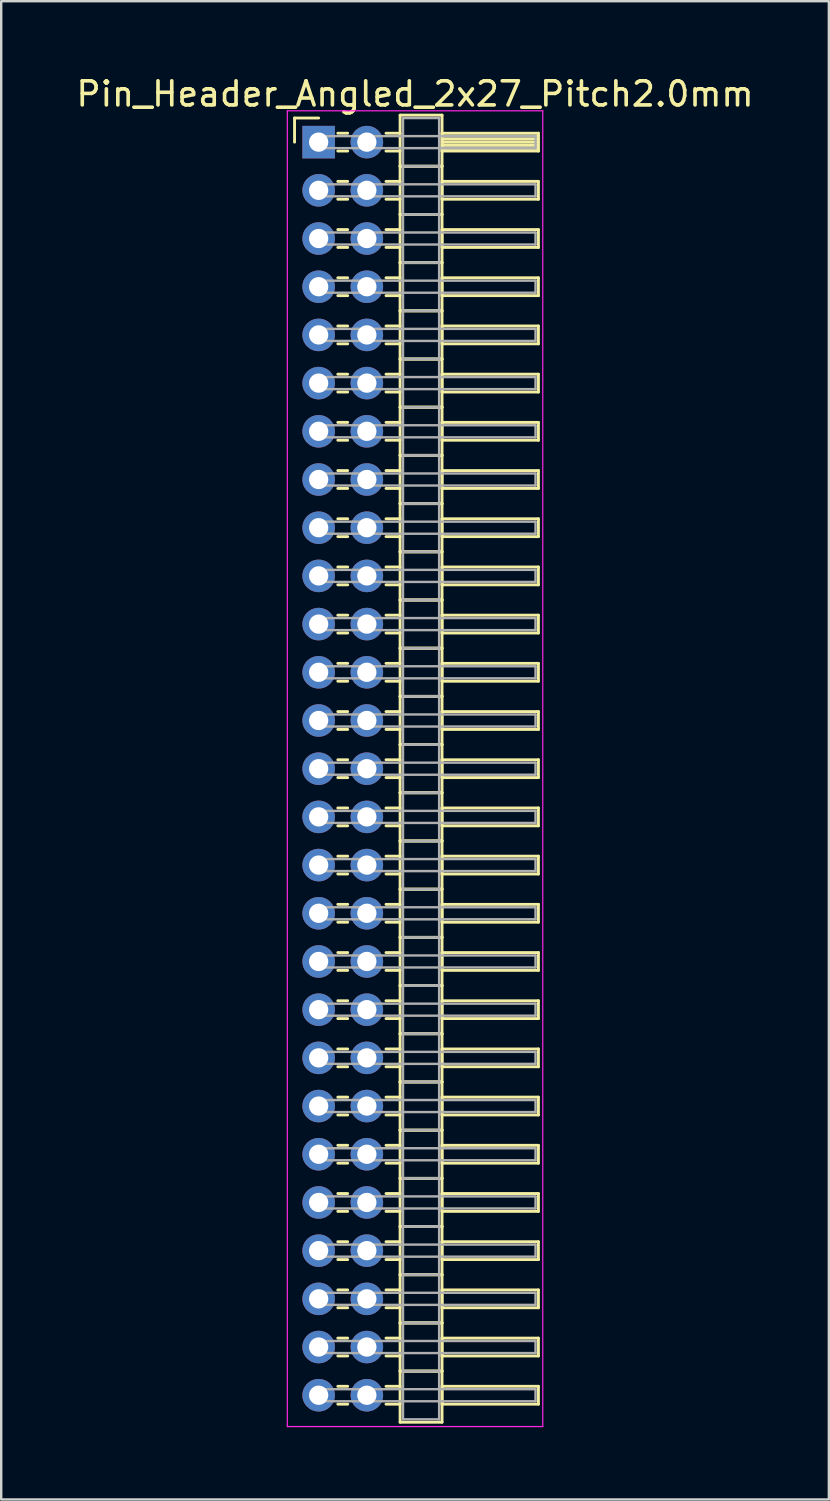
<source format=kicad_pcb>
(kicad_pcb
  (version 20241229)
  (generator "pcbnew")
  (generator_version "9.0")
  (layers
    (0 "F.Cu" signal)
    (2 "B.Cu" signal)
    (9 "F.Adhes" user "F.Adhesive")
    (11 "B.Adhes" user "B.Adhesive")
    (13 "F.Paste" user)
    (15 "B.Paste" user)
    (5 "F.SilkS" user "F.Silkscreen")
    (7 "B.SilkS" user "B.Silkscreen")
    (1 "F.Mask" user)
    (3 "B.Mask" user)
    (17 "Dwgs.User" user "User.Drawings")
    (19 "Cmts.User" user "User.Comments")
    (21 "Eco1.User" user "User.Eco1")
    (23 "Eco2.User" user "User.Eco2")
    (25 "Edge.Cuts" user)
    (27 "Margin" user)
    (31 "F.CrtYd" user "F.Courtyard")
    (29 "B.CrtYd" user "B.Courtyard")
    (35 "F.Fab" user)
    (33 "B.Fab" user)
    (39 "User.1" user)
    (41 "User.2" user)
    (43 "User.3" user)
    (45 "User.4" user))
  (footprint "Pin_Header_Angled_2x27_Pitch2.0mm"
    (layer "F.Cu")
    (at 10.173 2.848)
    (property "Reference" "Pin_Header_Angled_2x27_Pitch2.0mm" (at 4 -2 0) (layer "F.SilkS") (effects (font (size 1 1) (thickness 0.15))))
    (attr through_hole)
    (fp_line (start -1 -1) (end 0 -1) (stroke (width 0.12) (type solid)) (layer "F.SilkS"))
    (fp_line (start -1 0) (end -1 -1) (stroke (width 0.12) (type solid)) (layer "F.SilkS"))
    (fp_line (start 0.795 -0.37) (end 1.205 -0.37) (stroke (width 0.12) (type solid)) (layer "F.SilkS"))
    (fp_line (start 0.795 0.37) (end 1.205 0.37) (stroke (width 0.12) (type solid)) (layer "F.SilkS"))
    (fp_line (start 0.795 1.63) (end 1.205 1.63) (stroke (width 0.12) (type solid)) (layer "F.SilkS"))
    (fp_line (start 0.795 2.37) (end 1.205 2.37) (stroke (width 0.12) (type solid)) (layer "F.SilkS"))
    (fp_line (start 0.795 3.63) (end 1.205 3.63) (stroke (width 0.12) (type solid)) (layer "F.SilkS"))
    (fp_line (start 0.795 4.37) (end 1.205 4.37) (stroke (width 0.12) (type solid)) (layer "F.SilkS"))
    (fp_line (start 0.795 5.63) (end 1.205 5.63) (stroke (width 0.12) (type solid)) (layer "F.SilkS"))
    (fp_line (start 0.795 6.37) (end 1.205 6.37) (stroke (width 0.12) (type solid)) (layer "F.SilkS"))
    (fp_line (start 0.795 7.63) (end 1.205 7.63) (stroke (width 0.12) (type solid)) (layer "F.SilkS"))
    (fp_line (start 0.795 8.37) (end 1.205 8.37) (stroke (width 0.12) (type solid)) (layer "F.SilkS"))
    (fp_line (start 0.795 9.63) (end 1.205 9.63) (stroke (width 0.12) (type solid)) (layer "F.SilkS"))
    (fp_line (start 0.795 10.37) (end 1.205 10.37) (stroke (width 0.12) (type solid)) (layer "F.SilkS"))
    (fp_line (start 0.795 11.63) (end 1.205 11.63) (stroke (width 0.12) (type solid)) (layer "F.SilkS"))
    (fp_line (start 0.795 12.37) (end 1.205 12.37) (stroke (width 0.12) (type solid)) (layer "F.SilkS"))
    (fp_line (start 0.795 13.63) (end 1.205 13.63) (stroke (width 0.12) (type solid)) (layer "F.SilkS"))
    (fp_line (start 0.795 14.37) (end 1.205 14.37) (stroke (width 0.12) (type solid)) (layer "F.SilkS"))
    (fp_line (start 0.795 15.63) (end 1.205 15.63) (stroke (width 0.12) (type solid)) (layer "F.SilkS"))
    (fp_line (start 0.795 16.37) (end 1.205 16.37) (stroke (width 0.12) (type solid)) (layer "F.SilkS"))
    (fp_line (start 0.795 17.63) (end 1.205 17.63) (stroke (width 0.12) (type solid)) (layer "F.SilkS"))
    (fp_line (start 0.795 18.37) (end 1.205 18.37) (stroke (width 0.12) (type solid)) (layer "F.SilkS"))
    (fp_line (start 0.795 19.63) (end 1.205 19.63) (stroke (width 0.12) (type solid)) (layer "F.SilkS"))
    (fp_line (start 0.795 20.37) (end 1.205 20.37) (stroke (width 0.12) (type solid)) (layer "F.SilkS"))
    (fp_line (start 0.795 21.63) (end 1.205 21.63) (stroke (width 0.12) (type solid)) (layer "F.SilkS"))
    (fp_line (start 0.795 22.37) (end 1.205 22.37) (stroke (width 0.12) (type solid)) (layer "F.SilkS"))
    (fp_line (start 0.795 23.63) (end 1.205 23.63) (stroke (width 0.12) (type solid)) (layer "F.SilkS"))
    (fp_line (start 0.795 24.37) (end 1.205 24.37) (stroke (width 0.12) (type solid)) (layer "F.SilkS"))
    (fp_line (start 0.795 25.63) (end 1.205 25.63) (stroke (width 0.12) (type solid)) (layer "F.SilkS"))
    (fp_line (start 0.795 26.37) (end 1.205 26.37) (stroke (width 0.12) (type solid)) (layer "F.SilkS"))
    (fp_line (start 0.795 27.63) (end 1.205 27.63) (stroke (width 0.12) (type solid)) (layer "F.SilkS"))
    (fp_line (start 0.795 28.37) (end 1.205 28.37) (stroke (width 0.12) (type solid)) (layer "F.SilkS"))
    (fp_line (start 0.795 29.63) (end 1.205 29.63) (stroke (width 0.12) (type solid)) (layer "F.SilkS"))
    (fp_line (start 0.795 30.37) (end 1.205 30.37) (stroke (width 0.12) (type solid)) (layer "F.SilkS"))
    (fp_line (start 0.795 31.63) (end 1.205 31.63) (stroke (width 0.12) (type solid)) (layer "F.SilkS"))
    (fp_line (start 0.795 32.37) (end 1.205 32.37) (stroke (width 0.12) (type solid)) (layer "F.SilkS"))
    (fp_line (start 0.795 33.63) (end 1.205 33.63) (stroke (width 0.12) (type solid)) (layer "F.SilkS"))
    (fp_line (start 0.795 34.37) (end 1.205 34.37) (stroke (width 0.12) (type solid)) (layer "F.SilkS"))
    (fp_line (start 0.795 35.63) (end 1.205 35.63) (stroke (width 0.12) (type solid)) (layer "F.SilkS"))
    (fp_line (start 0.795 36.37) (end 1.205 36.37) (stroke (width 0.12) (type solid)) (layer "F.SilkS"))
    (fp_line (start 0.795 37.63) (end 1.205 37.63) (stroke (width 0.12) (type solid)) (layer "F.SilkS"))
    (fp_line (start 0.795 38.37) (end 1.205 38.37) (stroke (width 0.12) (type solid)) (layer "F.SilkS"))
    (fp_line (start 0.795 39.63) (end 1.205 39.63) (stroke (width 0.12) (type solid)) (layer "F.SilkS"))
    (fp_line (start 0.795 40.37) (end 1.205 40.37) (stroke (width 0.12) (type solid)) (layer "F.SilkS"))
    (fp_line (start 0.795 41.63) (end 1.205 41.63) (stroke (width 0.12) (type solid)) (layer "F.SilkS"))
    (fp_line (start 0.795 42.37) (end 1.205 42.37) (stroke (width 0.12) (type solid)) (layer "F.SilkS"))
    (fp_line (start 0.795 43.63) (end 1.205 43.63) (stroke (width 0.12) (type solid)) (layer "F.SilkS"))
    (fp_line (start 0.795 44.37) (end 1.205 44.37) (stroke (width 0.12) (type solid)) (layer "F.SilkS"))
    (fp_line (start 0.795 45.63) (end 1.205 45.63) (stroke (width 0.12) (type solid)) (layer "F.SilkS"))
    (fp_line (start 0.795 46.37) (end 1.205 46.37) (stroke (width 0.12) (type solid)) (layer "F.SilkS"))
    (fp_line (start 0.795 47.63) (end 1.205 47.63) (stroke (width 0.12) (type solid)) (layer "F.SilkS"))
    (fp_line (start 0.795 48.37) (end 1.205 48.37) (stroke (width 0.12) (type solid)) (layer "F.SilkS"))
    (fp_line (start 0.795 49.63) (end 1.205 49.63) (stroke (width 0.12) (type solid)) (layer "F.SilkS"))
    (fp_line (start 0.795 50.37) (end 1.205 50.37) (stroke (width 0.12) (type solid)) (layer "F.SilkS"))
    (fp_line (start 0.795 51.63) (end 1.205 51.63) (stroke (width 0.12) (type solid)) (layer "F.SilkS"))
    (fp_line (start 0.795 52.37) (end 1.205 52.37) (stroke (width 0.12) (type solid)) (layer "F.SilkS"))
    (fp_line (start 2.795 -0.37) (end 3.38 -0.37) (stroke (width 0.12) (type solid)) (layer "F.SilkS"))
    (fp_line (start 2.795 0.37) (end 3.38 0.37) (stroke (width 0.12) (type solid)) (layer "F.SilkS"))
    (fp_line (start 2.795 1.63) (end 3.38 1.63) (stroke (width 0.12) (type solid)) (layer "F.SilkS"))
    (fp_line (start 2.795 2.37) (end 3.38 2.37) (stroke (width 0.12) (type solid)) (layer "F.SilkS"))
    (fp_line (start 2.795 3.63) (end 3.38 3.63) (stroke (width 0.12) (type solid)) (layer "F.SilkS"))
    (fp_line (start 2.795 4.37) (end 3.38 4.37) (stroke (width 0.12) (type solid)) (layer "F.SilkS"))
    (fp_line (start 2.795 5.63) (end 3.38 5.63) (stroke (width 0.12) (type solid)) (layer "F.SilkS"))
    (fp_line (start 2.795 6.37) (end 3.38 6.37) (stroke (width 0.12) (type solid)) (layer "F.SilkS"))
    (fp_line (start 2.795 7.63) (end 3.38 7.63) (stroke (width 0.12) (type solid)) (layer "F.SilkS"))
    (fp_line (start 2.795 8.37) (end 3.38 8.37) (stroke (width 0.12) (type solid)) (layer "F.SilkS"))
    (fp_line (start 2.795 9.63) (end 3.38 9.63) (stroke (width 0.12) (type solid)) (layer "F.SilkS"))
    (fp_line (start 2.795 10.37) (end 3.38 10.37) (stroke (width 0.12) (type solid)) (layer "F.SilkS"))
    (fp_line (start 2.795 11.63) (end 3.38 11.63) (stroke (width 0.12) (type solid)) (layer "F.SilkS"))
    (fp_line (start 2.795 12.37) (end 3.38 12.37) (stroke (width 0.12) (type solid)) (layer "F.SilkS"))
    (fp_line (start 2.795 13.63) (end 3.38 13.63) (stroke (width 0.12) (type solid)) (layer "F.SilkS"))
    (fp_line (start 2.795 14.37) (end 3.38 14.37) (stroke (width 0.12) (type solid)) (layer "F.SilkS"))
    (fp_line (start 2.795 15.63) (end 3.38 15.63) (stroke (width 0.12) (type solid)) (layer "F.SilkS"))
    (fp_line (start 2.795 16.37) (end 3.38 16.37) (stroke (width 0.12) (type solid)) (layer "F.SilkS"))
    (fp_line (start 2.795 17.63) (end 3.38 17.63) (stroke (width 0.12) (type solid)) (layer "F.SilkS"))
    (fp_line (start 2.795 18.37) (end 3.38 18.37) (stroke (width 0.12) (type solid)) (layer "F.SilkS"))
    (fp_line (start 2.795 19.63) (end 3.38 19.63) (stroke (width 0.12) (type solid)) (layer "F.SilkS"))
    (fp_line (start 2.795 20.37) (end 3.38 20.37) (stroke (width 0.12) (type solid)) (layer "F.SilkS"))
    (fp_line (start 2.795 21.63) (end 3.38 21.63) (stroke (width 0.12) (type solid)) (layer "F.SilkS"))
    (fp_line (start 2.795 22.37) (end 3.38 22.37) (stroke (width 0.12) (type solid)) (layer "F.SilkS"))
    (fp_line (start 2.795 23.63) (end 3.38 23.63) (stroke (width 0.12) (type solid)) (layer "F.SilkS"))
    (fp_line (start 2.795 24.37) (end 3.38 24.37) (stroke (width 0.12) (type solid)) (layer "F.SilkS"))
    (fp_line (start 2.795 25.63) (end 3.38 25.63) (stroke (width 0.12) (type solid)) (layer "F.SilkS"))
    (fp_line (start 2.795 26.37) (end 3.38 26.37) (stroke (width 0.12) (type solid)) (layer "F.SilkS"))
    (fp_line (start 2.795 27.63) (end 3.38 27.63) (stroke (width 0.12) (type solid)) (layer "F.SilkS"))
    (fp_line (start 2.795 28.37) (end 3.38 28.37) (stroke (width 0.12) (type solid)) (layer "F.SilkS"))
    (fp_line (start 2.795 29.63) (end 3.38 29.63) (stroke (width 0.12) (type solid)) (layer "F.SilkS"))
    (fp_line (start 2.795 30.37) (end 3.38 30.37) (stroke (width 0.12) (type solid)) (layer "F.SilkS"))
    (fp_line (start 2.795 31.63) (end 3.38 31.63) (stroke (width 0.12) (type solid)) (layer "F.SilkS"))
    (fp_line (start 2.795 32.37) (end 3.38 32.37) (stroke (width 0.12) (type solid)) (layer "F.SilkS"))
    (fp_line (start 2.795 33.63) (end 3.38 33.63) (stroke (width 0.12) (type solid)) (layer "F.SilkS"))
    (fp_line (start 2.795 34.37) (end 3.38 34.37) (stroke (width 0.12) (type solid)) (layer "F.SilkS"))
    (fp_line (start 2.795 35.63) (end 3.38 35.63) (stroke (width 0.12) (type solid)) (layer "F.SilkS"))
    (fp_line (start 2.795 36.37) (end 3.38 36.37) (stroke (width 0.12) (type solid)) (layer "F.SilkS"))
    (fp_line (start 2.795 37.63) (end 3.38 37.63) (stroke (width 0.12) (type solid)) (layer "F.SilkS"))
    (fp_line (start 2.795 38.37) (end 3.38 38.37) (stroke (width 0.12) (type solid)) (layer "F.SilkS"))
    (fp_line (start 2.795 39.63) (end 3.38 39.63) (stroke (width 0.12) (type solid)) (layer "F.SilkS"))
    (fp_line (start 2.795 40.37) (end 3.38 40.37) (stroke (width 0.12) (type solid)) (layer "F.SilkS"))
    (fp_line (start 2.795 41.63) (end 3.38 41.63) (stroke (width 0.12) (type solid)) (layer "F.SilkS"))
    (fp_line (start 2.795 42.37) (end 3.38 42.37) (stroke (width 0.12) (type solid)) (layer "F.SilkS"))
    (fp_line (start 2.795 43.63) (end 3.38 43.63) (stroke (width 0.12) (type solid)) (layer "F.SilkS"))
    (fp_line (start 2.795 44.37) (end 3.38 44.37) (stroke (width 0.12) (type solid)) (layer "F.SilkS"))
    (fp_line (start 2.795 45.63) (end 3.38 45.63) (stroke (width 0.12) (type solid)) (layer "F.SilkS"))
    (fp_line (start 2.795 46.37) (end 3.38 46.37) (stroke (width 0.12) (type solid)) (layer "F.SilkS"))
    (fp_line (start 2.795 47.63) (end 3.38 47.63) (stroke (width 0.12) (type solid)) (layer "F.SilkS"))
    (fp_line (start 2.795 48.37) (end 3.38 48.37) (stroke (width 0.12) (type solid)) (layer "F.SilkS"))
    (fp_line (start 2.795 49.63) (end 3.38 49.63) (stroke (width 0.12) (type solid)) (layer "F.SilkS"))
    (fp_line (start 2.795 50.37) (end 3.38 50.37) (stroke (width 0.12) (type solid)) (layer "F.SilkS"))
    (fp_line (start 2.795 51.63) (end 3.38 51.63) (stroke (width 0.12) (type solid)) (layer "F.SilkS"))
    (fp_line (start 2.795 52.37) (end 3.38 52.37) (stroke (width 0.12) (type solid)) (layer "F.SilkS"))
    (fp_line (start 3.38 -1.12) (end 3.38 1) (stroke (width 0.12) (type solid)) (layer "F.SilkS"))
    (fp_line (start 3.38 1) (end 3.38 3) (stroke (width 0.12) (type solid)) (layer "F.SilkS"))
    (fp_line (start 3.38 1) (end 5.12 1) (stroke (width 0.12) (type solid)) (layer "F.SilkS"))
    (fp_line (start 3.38 3) (end 3.38 5) (stroke (width 0.12) (type solid)) (layer "F.SilkS"))
    (fp_line (start 3.38 3) (end 5.12 3) (stroke (width 0.12) (type solid)) (layer "F.SilkS"))
    (fp_line (start 3.38 5) (end 3.38 7) (stroke (width 0.12) (type solid)) (layer "F.SilkS"))
    (fp_line (start 3.38 5) (end 5.12 5) (stroke (width 0.12) (type solid)) (layer "F.SilkS"))
    (fp_line (start 3.38 7) (end 3.38 9) (stroke (width 0.12) (type solid)) (layer "F.SilkS"))
    (fp_line (start 3.38 7) (end 5.12 7) (stroke (width 0.12) (type solid)) (layer "F.SilkS"))
    (fp_line (start 3.38 9) (end 3.38 11) (stroke (width 0.12) (type solid)) (layer "F.SilkS"))
    (fp_line (start 3.38 9) (end 5.12 9) (stroke (width 0.12) (type solid)) (layer "F.SilkS"))
    (fp_line (start 3.38 11) (end 3.38 13) (stroke (width 0.12) (type solid)) (layer "F.SilkS"))
    (fp_line (start 3.38 11) (end 5.12 11) (stroke (width 0.12) (type solid)) (layer "F.SilkS"))
    (fp_line (start 3.38 13) (end 3.38 15) (stroke (width 0.12) (type solid)) (layer "F.SilkS"))
    (fp_line (start 3.38 13) (end 5.12 13) (stroke (width 0.12) (type solid)) (layer "F.SilkS"))
    (fp_line (start 3.38 15) (end 3.38 17) (stroke (width 0.12) (type solid)) (layer "F.SilkS"))
    (fp_line (start 3.38 15) (end 5.12 15) (stroke (width 0.12) (type solid)) (layer "F.SilkS"))
    (fp_line (start 3.38 17) (end 3.38 19) (stroke (width 0.12) (type solid)) (layer "F.SilkS"))
    (fp_line (start 3.38 17) (end 5.12 17) (stroke (width 0.12) (type solid)) (layer "F.SilkS"))
    (fp_line (start 3.38 19) (end 3.38 21) (stroke (width 0.12) (type solid)) (layer "F.SilkS"))
    (fp_line (start 3.38 19) (end 5.12 19) (stroke (width 0.12) (type solid)) (layer "F.SilkS"))
    (fp_line (start 3.38 21) (end 3.38 23) (stroke (width 0.12) (type solid)) (layer "F.SilkS"))
    (fp_line (start 3.38 21) (end 5.12 21) (stroke (width 0.12) (type solid)) (layer "F.SilkS"))
    (fp_line (start 3.38 23) (end 3.38 25) (stroke (width 0.12) (type solid)) (layer "F.SilkS"))
    (fp_line (start 3.38 23) (end 5.12 23) (stroke (width 0.12) (type solid)) (layer "F.SilkS"))
    (fp_line (start 3.38 25) (end 3.38 27) (stroke (width 0.12) (type solid)) (layer "F.SilkS"))
    (fp_line (start 3.38 25) (end 5.12 25) (stroke (width 0.12) (type solid)) (layer "F.SilkS"))
    (fp_line (start 3.38 27) (end 3.38 29) (stroke (width 0.12) (type solid)) (layer "F.SilkS"))
    (fp_line (start 3.38 27) (end 5.12 27) (stroke (width 0.12) (type solid)) (layer "F.SilkS"))
    (fp_line (start 3.38 29) (end 3.38 31) (stroke (width 0.12) (type solid)) (layer "F.SilkS"))
    (fp_line (start 3.38 29) (end 5.12 29) (stroke (width 0.12) (type solid)) (layer "F.SilkS"))
    (fp_line (start 3.38 31) (end 3.38 33) (stroke (width 0.12) (type solid)) (layer "F.SilkS"))
    (fp_line (start 3.38 31) (end 5.12 31) (stroke (width 0.12) (type solid)) (layer "F.SilkS"))
    (fp_line (start 3.38 33) (end 3.38 35) (stroke (width 0.12) (type solid)) (layer "F.SilkS"))
    (fp_line (start 3.38 33) (end 5.12 33) (stroke (width 0.12) (type solid)) (layer "F.SilkS"))
    (fp_line (start 3.38 35) (end 3.38 37) (stroke (width 0.12) (type solid)) (layer "F.SilkS"))
    (fp_line (start 3.38 35) (end 5.12 35) (stroke (width 0.12) (type solid)) (layer "F.SilkS"))
    (fp_line (start 3.38 37) (end 3.38 39) (stroke (width 0.12) (type solid)) (layer "F.SilkS"))
    (fp_line (start 3.38 37) (end 5.12 37) (stroke (width 0.12) (type solid)) (layer "F.SilkS"))
    (fp_line (start 3.38 39) (end 3.38 41) (stroke (width 0.12) (type solid)) (layer "F.SilkS"))
    (fp_line (start 3.38 39) (end 5.12 39) (stroke (width 0.12) (type solid)) (layer "F.SilkS"))
    (fp_line (start 3.38 41) (end 3.38 43) (stroke (width 0.12) (type solid)) (layer "F.SilkS"))
    (fp_line (start 3.38 41) (end 5.12 41) (stroke (width 0.12) (type solid)) (layer "F.SilkS"))
    (fp_line (start 3.38 43) (end 3.38 45) (stroke (width 0.12) (type solid)) (layer "F.SilkS"))
    (fp_line (start 3.38 43) (end 5.12 43) (stroke (width 0.12) (type solid)) (layer "F.SilkS"))
    (fp_line (start 3.38 45) (end 3.38 47) (stroke (width 0.12) (type solid)) (layer "F.SilkS"))
    (fp_line (start 3.38 45) (end 5.12 45) (stroke (width 0.12) (type solid)) (layer "F.SilkS"))
    (fp_line (start 3.38 47) (end 3.38 49) (stroke (width 0.12) (type solid)) (layer "F.SilkS"))
    (fp_line (start 3.38 47) (end 5.12 47) (stroke (width 0.12) (type solid)) (layer "F.SilkS"))
    (fp_line (start 3.38 49) (end 3.38 51) (stroke (width 0.12) (type solid)) (layer "F.SilkS"))
    (fp_line (start 3.38 49) (end 5.12 49) (stroke (width 0.12) (type solid)) (layer "F.SilkS"))
    (fp_line (start 3.38 51) (end 3.38 53.12) (stroke (width 0.12) (type solid)) (layer "F.SilkS"))
    (fp_line (start 3.38 51) (end 5.12 51) (stroke (width 0.12) (type solid)) (layer "F.SilkS"))
    (fp_line (start 3.38 53.12) (end 5.12 53.12) (stroke (width 0.12) (type solid)) (layer "F.SilkS"))
    (fp_line (start 5.12 -1.12) (end 3.38 -1.12) (stroke (width 0.12) (type solid)) (layer "F.SilkS"))
    (fp_line (start 5.12 -0.37) (end 5.12 0.37) (stroke (width 0.12) (type solid)) (layer "F.SilkS"))
    (fp_line (start 5.12 -0.25) (end 9.12 -0.25) (stroke (width 0.12) (type solid)) (layer "F.SilkS"))
    (fp_line (start 5.12 -0.13) (end 9.12 -0.13) (stroke (width 0.12) (type solid)) (layer "F.SilkS"))
    (fp_line (start 5.12 -0.01) (end 9.12 -0.01) (stroke (width 0.12) (type solid)) (layer "F.SilkS"))
    (fp_line (start 5.12 0.11) (end 9.12 0.11) (stroke (width 0.12) (type solid)) (layer "F.SilkS"))
    (fp_line (start 5.12 0.23) (end 9.12 0.23) (stroke (width 0.12) (type solid)) (layer "F.SilkS"))
    (fp_line (start 5.12 0.35) (end 9.12 0.35) (stroke (width 0.12) (type solid)) (layer "F.SilkS"))
    (fp_line (start 5.12 0.37) (end 9.12 0.37) (stroke (width 0.12) (type solid)) (layer "F.SilkS"))
    (fp_line (start 5.12 1) (end 3.38 1) (stroke (width 0.12) (type solid)) (layer "F.SilkS"))
    (fp_line (start 5.12 1) (end 5.12 -1.12) (stroke (width 0.12) (type solid)) (layer "F.SilkS"))
    (fp_line (start 5.12 1.63) (end 5.12 2.37) (stroke (width 0.12) (type solid)) (layer "F.SilkS"))
    (fp_line (start 5.12 2.37) (end 9.12 2.37) (stroke (width 0.12) (type solid)) (layer "F.SilkS"))
    (fp_line (start 5.12 3) (end 3.38 3) (stroke (width 0.12) (type solid)) (layer "F.SilkS"))
    (fp_line (start 5.12 3) (end 5.12 1) (stroke (width 0.12) (type solid)) (layer "F.SilkS"))
    (fp_line (start 5.12 3.63) (end 5.12 4.37) (stroke (width 0.12) (type solid)) (layer "F.SilkS"))
    (fp_line (start 5.12 4.37) (end 9.12 4.37) (stroke (width 0.12) (type solid)) (layer "F.SilkS"))
    (fp_line (start 5.12 5) (end 3.38 5) (stroke (width 0.12) (type solid)) (layer "F.SilkS"))
    (fp_line (start 5.12 5) (end 5.12 3) (stroke (width 0.12) (type solid)) (layer "F.SilkS"))
    (fp_line (start 5.12 5.63) (end 5.12 6.37) (stroke (width 0.12) (type solid)) (layer "F.SilkS"))
    (fp_line (start 5.12 6.37) (end 9.12 6.37) (stroke (width 0.12) (type solid)) (layer "F.SilkS"))
    (fp_line (start 5.12 7) (end 3.38 7) (stroke (width 0.12) (type solid)) (layer "F.SilkS"))
    (fp_line (start 5.12 7) (end 5.12 5) (stroke (width 0.12) (type solid)) (layer "F.SilkS"))
    (fp_line (start 5.12 7.63) (end 5.12 8.37) (stroke (width 0.12) (type solid)) (layer "F.SilkS"))
    (fp_line (start 5.12 8.37) (end 9.12 8.37) (stroke (width 0.12) (type solid)) (layer "F.SilkS"))
    (fp_line (start 5.12 9) (end 3.38 9) (stroke (width 0.12) (type solid)) (layer "F.SilkS"))
    (fp_line (start 5.12 9) (end 5.12 7) (stroke (width 0.12) (type solid)) (layer "F.SilkS"))
    (fp_line (start 5.12 9.63) (end 5.12 10.37) (stroke (width 0.12) (type solid)) (layer "F.SilkS"))
    (fp_line (start 5.12 10.37) (end 9.12 10.37) (stroke (width 0.12) (type solid)) (layer "F.SilkS"))
    (fp_line (start 5.12 11) (end 3.38 11) (stroke (width 0.12) (type solid)) (layer "F.SilkS"))
    (fp_line (start 5.12 11) (end 5.12 9) (stroke (width 0.12) (type solid)) (layer "F.SilkS"))
    (fp_line (start 5.12 11.63) (end 5.12 12.37) (stroke (width 0.12) (type solid)) (layer "F.SilkS"))
    (fp_line (start 5.12 12.37) (end 9.12 12.37) (stroke (width 0.12) (type solid)) (layer "F.SilkS"))
    (fp_line (start 5.12 13) (end 3.38 13) (stroke (width 0.12) (type solid)) (layer "F.SilkS"))
    (fp_line (start 5.12 13) (end 5.12 11) (stroke (width 0.12) (type solid)) (layer "F.SilkS"))
    (fp_line (start 5.12 13.63) (end 5.12 14.37) (stroke (width 0.12) (type solid)) (layer "F.SilkS"))
    (fp_line (start 5.12 14.37) (end 9.12 14.37) (stroke (width 0.12) (type solid)) (layer "F.SilkS"))
    (fp_line (start 5.12 15) (end 3.38 15) (stroke (width 0.12) (type solid)) (layer "F.SilkS"))
    (fp_line (start 5.12 15) (end 5.12 13) (stroke (width 0.12) (type solid)) (layer "F.SilkS"))
    (fp_line (start 5.12 15.63) (end 5.12 16.37) (stroke (width 0.12) (type solid)) (layer "F.SilkS"))
    (fp_line (start 5.12 16.37) (end 9.12 16.37) (stroke (width 0.12) (type solid)) (layer "F.SilkS"))
    (fp_line (start 5.12 17) (end 3.38 17) (stroke (width 0.12) (type solid)) (layer "F.SilkS"))
    (fp_line (start 5.12 17) (end 5.12 15) (stroke (width 0.12) (type solid)) (layer "F.SilkS"))
    (fp_line (start 5.12 17.63) (end 5.12 18.37) (stroke (width 0.12) (type solid)) (layer "F.SilkS"))
    (fp_line (start 5.12 18.37) (end 9.12 18.37) (stroke (width 0.12) (type solid)) (layer "F.SilkS"))
    (fp_line (start 5.12 19) (end 3.38 19) (stroke (width 0.12) (type solid)) (layer "F.SilkS"))
    (fp_line (start 5.12 19) (end 5.12 17) (stroke (width 0.12) (type solid)) (layer "F.SilkS"))
    (fp_line (start 5.12 19.63) (end 5.12 20.37) (stroke (width 0.12) (type solid)) (layer "F.SilkS"))
    (fp_line (start 5.12 20.37) (end 9.12 20.37) (stroke (width 0.12) (type solid)) (layer "F.SilkS"))
    (fp_line (start 5.12 21) (end 3.38 21) (stroke (width 0.12) (type solid)) (layer "F.SilkS"))
    (fp_line (start 5.12 21) (end 5.12 19) (stroke (width 0.12) (type solid)) (layer "F.SilkS"))
    (fp_line (start 5.12 21.63) (end 5.12 22.37) (stroke (width 0.12) (type solid)) (layer "F.SilkS"))
    (fp_line (start 5.12 22.37) (end 9.12 22.37) (stroke (width 0.12) (type solid)) (layer "F.SilkS"))
    (fp_line (start 5.12 23) (end 3.38 23) (stroke (width 0.12) (type solid)) (layer "F.SilkS"))
    (fp_line (start 5.12 23) (end 5.12 21) (stroke (width 0.12) (type solid)) (layer "F.SilkS"))
    (fp_line (start 5.12 23.63) (end 5.12 24.37) (stroke (width 0.12) (type solid)) (layer "F.SilkS"))
    (fp_line (start 5.12 24.37) (end 9.12 24.37) (stroke (width 0.12) (type solid)) (layer "F.SilkS"))
    (fp_line (start 5.12 25) (end 3.38 25) (stroke (width 0.12) (type solid)) (layer "F.SilkS"))
    (fp_line (start 5.12 25) (end 5.12 23) (stroke (width 0.12) (type solid)) (layer "F.SilkS"))
    (fp_line (start 5.12 25.63) (end 5.12 26.37) (stroke (width 0.12) (type solid)) (layer "F.SilkS"))
    (fp_line (start 5.12 26.37) (end 9.12 26.37) (stroke (width 0.12) (type solid)) (layer "F.SilkS"))
    (fp_line (start 5.12 27) (end 3.38 27) (stroke (width 0.12) (type solid)) (layer "F.SilkS"))
    (fp_line (start 5.12 27) (end 5.12 25) (stroke (width 0.12) (type solid)) (layer "F.SilkS"))
    (fp_line (start 5.12 27.63) (end 5.12 28.37) (stroke (width 0.12) (type solid)) (layer "F.SilkS"))
    (fp_line (start 5.12 28.37) (end 9.12 28.37) (stroke (width 0.12) (type solid)) (layer "F.SilkS"))
    (fp_line (start 5.12 29) (end 3.38 29) (stroke (width 0.12) (type solid)) (layer "F.SilkS"))
    (fp_line (start 5.12 29) (end 5.12 27) (stroke (width 0.12) (type solid)) (layer "F.SilkS"))
    (fp_line (start 5.12 29.63) (end 5.12 30.37) (stroke (width 0.12) (type solid)) (layer "F.SilkS"))
    (fp_line (start 5.12 30.37) (end 9.12 30.37) (stroke (width 0.12) (type solid)) (layer "F.SilkS"))
    (fp_line (start 5.12 31) (end 3.38 31) (stroke (width 0.12) (type solid)) (layer "F.SilkS"))
    (fp_line (start 5.12 31) (end 5.12 29) (stroke (width 0.12) (type solid)) (layer "F.SilkS"))
    (fp_line (start 5.12 31.63) (end 5.12 32.37) (stroke (width 0.12) (type solid)) (layer "F.SilkS"))
    (fp_line (start 5.12 32.37) (end 9.12 32.37) (stroke (width 0.12) (type solid)) (layer "F.SilkS"))
    (fp_line (start 5.12 33) (end 3.38 33) (stroke (width 0.12) (type solid)) (layer "F.SilkS"))
    (fp_line (start 5.12 33) (end 5.12 31) (stroke (width 0.12) (type solid)) (layer "F.SilkS"))
    (fp_line (start 5.12 33.63) (end 5.12 34.37) (stroke (width 0.12) (type solid)) (layer "F.SilkS"))
    (fp_line (start 5.12 34.37) (end 9.12 34.37) (stroke (width 0.12) (type solid)) (layer "F.SilkS"))
    (fp_line (start 5.12 35) (end 3.38 35) (stroke (width 0.12) (type solid)) (layer "F.SilkS"))
    (fp_line (start 5.12 35) (end 5.12 33) (stroke (width 0.12) (type solid)) (layer "F.SilkS"))
    (fp_line (start 5.12 35.63) (end 5.12 36.37) (stroke (width 0.12) (type solid)) (layer "F.SilkS"))
    (fp_line (start 5.12 36.37) (end 9.12 36.37) (stroke (width 0.12) (type solid)) (layer "F.SilkS"))
    (fp_line (start 5.12 37) (end 3.38 37) (stroke (width 0.12) (type solid)) (layer "F.SilkS"))
    (fp_line (start 5.12 37) (end 5.12 35) (stroke (width 0.12) (type solid)) (layer "F.SilkS"))
    (fp_line (start 5.12 37.63) (end 5.12 38.37) (stroke (width 0.12) (type solid)) (layer "F.SilkS"))
    (fp_line (start 5.12 38.37) (end 9.12 38.37) (stroke (width 0.12) (type solid)) (layer "F.SilkS"))
    (fp_line (start 5.12 39) (end 3.38 39) (stroke (width 0.12) (type solid)) (layer "F.SilkS"))
    (fp_line (start 5.12 39) (end 5.12 37) (stroke (width 0.12) (type solid)) (layer "F.SilkS"))
    (fp_line (start 5.12 39.63) (end 5.12 40.37) (stroke (width 0.12) (type solid)) (layer "F.SilkS"))
    (fp_line (start 5.12 40.37) (end 9.12 40.37) (stroke (width 0.12) (type solid)) (layer "F.SilkS"))
    (fp_line (start 5.12 41) (end 3.38 41) (stroke (width 0.12) (type solid)) (layer "F.SilkS"))
    (fp_line (start 5.12 41) (end 5.12 39) (stroke (width 0.12) (type solid)) (layer "F.SilkS"))
    (fp_line (start 5.12 41.63) (end 5.12 42.37) (stroke (width 0.12) (type solid)) (layer "F.SilkS"))
    (fp_line (start 5.12 42.37) (end 9.12 42.37) (stroke (width 0.12) (type solid)) (layer "F.SilkS"))
    (fp_line (start 5.12 43) (end 3.38 43) (stroke (width 0.12) (type solid)) (layer "F.SilkS"))
    (fp_line (start 5.12 43) (end 5.12 41) (stroke (width 0.12) (type solid)) (layer "F.SilkS"))
    (fp_line (start 5.12 43.63) (end 5.12 44.37) (stroke (width 0.12) (type solid)) (layer "F.SilkS"))
    (fp_line (start 5.12 44.37) (end 9.12 44.37) (stroke (width 0.12) (type solid)) (layer "F.SilkS"))
    (fp_line (start 5.12 45) (end 3.38 45) (stroke (width 0.12) (type solid)) (layer "F.SilkS"))
    (fp_line (start 5.12 45) (end 5.12 43) (stroke (width 0.12) (type solid)) (layer "F.SilkS"))
    (fp_line (start 5.12 45.63) (end 5.12 46.37) (stroke (width 0.12) (type solid)) (layer "F.SilkS"))
    (fp_line (start 5.12 46.37) (end 9.12 46.37) (stroke (width 0.12) (type solid)) (layer "F.SilkS"))
    (fp_line (start 5.12 47) (end 3.38 47) (stroke (width 0.12) (type solid)) (layer "F.SilkS"))
    (fp_line (start 5.12 47) (end 5.12 45) (stroke (width 0.12) (type solid)) (layer "F.SilkS"))
    (fp_line (start 5.12 47.63) (end 5.12 48.37) (stroke (width 0.12) (type solid)) (layer "F.SilkS"))
    (fp_line (start 5.12 48.37) (end 9.12 48.37) (stroke (width 0.12) (type solid)) (layer "F.SilkS"))
    (fp_line (start 5.12 49) (end 3.38 49) (stroke (width 0.12) (type solid)) (layer "F.SilkS"))
    (fp_line (start 5.12 49) (end 5.12 47) (stroke (width 0.12) (type solid)) (layer "F.SilkS"))
    (fp_line (start 5.12 49.63) (end 5.12 50.37) (stroke (width 0.12) (type solid)) (layer "F.SilkS"))
    (fp_line (start 5.12 50.37) (end 9.12 50.37) (stroke (width 0.12) (type solid)) (layer "F.SilkS"))
    (fp_line (start 5.12 51) (end 3.38 51) (stroke (width 0.12) (type solid)) (layer "F.SilkS"))
    (fp_line (start 5.12 51) (end 5.12 49) (stroke (width 0.12) (type solid)) (layer "F.SilkS"))
    (fp_line (start 5.12 51.63) (end 5.12 52.37) (stroke (width 0.12) (type solid)) (layer "F.SilkS"))
    (fp_line (start 5.12 52.37) (end 9.12 52.37) (stroke (width 0.12) (type solid)) (layer "F.SilkS"))
    (fp_line (start 5.12 53.12) (end 5.12 51) (stroke (width 0.12) (type solid)) (layer "F.SilkS"))
    (fp_line (start 9.12 -0.37) (end 5.12 -0.37) (stroke (width 0.12) (type solid)) (layer "F.SilkS"))
    (fp_line (start 9.12 0.37) (end 9.12 -0.37) (stroke (width 0.12) (type solid)) (layer "F.SilkS"))
    (fp_line (start 9.12 1.63) (end 5.12 1.63) (stroke (width 0.12) (type solid)) (layer "F.SilkS"))
    (fp_line (start 9.12 2.37) (end 9.12 1.63) (stroke (width 0.12) (type solid)) (layer "F.SilkS"))
    (fp_line (start 9.12 3.63) (end 5.12 3.63) (stroke (width 0.12) (type solid)) (layer "F.SilkS"))
    (fp_line (start 9.12 4.37) (end 9.12 3.63) (stroke (width 0.12) (type solid)) (layer "F.SilkS"))
    (fp_line (start 9.12 5.63) (end 5.12 5.63) (stroke (width 0.12) (type solid)) (layer "F.SilkS"))
    (fp_line (start 9.12 6.37) (end 9.12 5.63) (stroke (width 0.12) (type solid)) (layer "F.SilkS"))
    (fp_line (start 9.12 7.63) (end 5.12 7.63) (stroke (width 0.12) (type solid)) (layer "F.SilkS"))
    (fp_line (start 9.12 8.37) (end 9.12 7.63) (stroke (width 0.12) (type solid)) (layer "F.SilkS"))
    (fp_line (start 9.12 9.63) (end 5.12 9.63) (stroke (width 0.12) (type solid)) (layer "F.SilkS"))
    (fp_line (start 9.12 10.37) (end 9.12 9.63) (stroke (width 0.12) (type solid)) (layer "F.SilkS"))
    (fp_line (start 9.12 11.63) (end 5.12 11.63) (stroke (width 0.12) (type solid)) (layer "F.SilkS"))
    (fp_line (start 9.12 12.37) (end 9.12 11.63) (stroke (width 0.12) (type solid)) (layer "F.SilkS"))
    (fp_line (start 9.12 13.63) (end 5.12 13.63) (stroke (width 0.12) (type solid)) (layer "F.SilkS"))
    (fp_line (start 9.12 14.37) (end 9.12 13.63) (stroke (width 0.12) (type solid)) (layer "F.SilkS"))
    (fp_line (start 9.12 15.63) (end 5.12 15.63) (stroke (width 0.12) (type solid)) (layer "F.SilkS"))
    (fp_line (start 9.12 16.37) (end 9.12 15.63) (stroke (width 0.12) (type solid)) (layer "F.SilkS"))
    (fp_line (start 9.12 17.63) (end 5.12 17.63) (stroke (width 0.12) (type solid)) (layer "F.SilkS"))
    (fp_line (start 9.12 18.37) (end 9.12 17.63) (stroke (width 0.12) (type solid)) (layer "F.SilkS"))
    (fp_line (start 9.12 19.63) (end 5.12 19.63) (stroke (width 0.12) (type solid)) (layer "F.SilkS"))
    (fp_line (start 9.12 20.37) (end 9.12 19.63) (stroke (width 0.12) (type solid)) (layer "F.SilkS"))
    (fp_line (start 9.12 21.63) (end 5.12 21.63) (stroke (width 0.12) (type solid)) (layer "F.SilkS"))
    (fp_line (start 9.12 22.37) (end 9.12 21.63) (stroke (width 0.12) (type solid)) (layer "F.SilkS"))
    (fp_line (start 9.12 23.63) (end 5.12 23.63) (stroke (width 0.12) (type solid)) (layer "F.SilkS"))
    (fp_line (start 9.12 24.37) (end 9.12 23.63) (stroke (width 0.12) (type solid)) (layer "F.SilkS"))
    (fp_line (start 9.12 25.63) (end 5.12 25.63) (stroke (width 0.12) (type solid)) (layer "F.SilkS"))
    (fp_line (start 9.12 26.37) (end 9.12 25.63) (stroke (width 0.12) (type solid)) (layer "F.SilkS"))
    (fp_line (start 9.12 27.63) (end 5.12 27.63) (stroke (width 0.12) (type solid)) (layer "F.SilkS"))
    (fp_line (start 9.12 28.37) (end 9.12 27.63) (stroke (width 0.12) (type solid)) (layer "F.SilkS"))
    (fp_line (start 9.12 29.63) (end 5.12 29.63) (stroke (width 0.12) (type solid)) (layer "F.SilkS"))
    (fp_line (start 9.12 30.37) (end 9.12 29.63) (stroke (width 0.12) (type solid)) (layer "F.SilkS"))
    (fp_line (start 9.12 31.63) (end 5.12 31.63) (stroke (width 0.12) (type solid)) (layer "F.SilkS"))
    (fp_line (start 9.12 32.37) (end 9.12 31.63) (stroke (width 0.12) (type solid)) (layer "F.SilkS"))
    (fp_line (start 9.12 33.63) (end 5.12 33.63) (stroke (width 0.12) (type solid)) (layer "F.SilkS"))
    (fp_line (start 9.12 34.37) (end 9.12 33.63) (stroke (width 0.12) (type solid)) (layer "F.SilkS"))
    (fp_line (start 9.12 35.63) (end 5.12 35.63) (stroke (width 0.12) (type solid)) (layer "F.SilkS"))
    (fp_line (start 9.12 36.37) (end 9.12 35.63) (stroke (width 0.12) (type solid)) (layer "F.SilkS"))
    (fp_line (start 9.12 37.63) (end 5.12 37.63) (stroke (width 0.12) (type solid)) (layer "F.SilkS"))
    (fp_line (start 9.12 38.37) (end 9.12 37.63) (stroke (width 0.12) (type solid)) (layer "F.SilkS"))
    (fp_line (start 9.12 39.63) (end 5.12 39.63) (stroke (width 0.12) (type solid)) (layer "F.SilkS"))
    (fp_line (start 9.12 40.37) (end 9.12 39.63) (stroke (width 0.12) (type solid)) (layer "F.SilkS"))
    (fp_line (start 9.12 41.63) (end 5.12 41.63) (stroke (width 0.12) (type solid)) (layer "F.SilkS"))
    (fp_line (start 9.12 42.37) (end 9.12 41.63) (stroke (width 0.12) (type solid)) (layer "F.SilkS"))
    (fp_line (start 9.12 43.63) (end 5.12 43.63) (stroke (width 0.12) (type solid)) (layer "F.SilkS"))
    (fp_line (start 9.12 44.37) (end 9.12 43.63) (stroke (width 0.12) (type solid)) (layer "F.SilkS"))
    (fp_line (start 9.12 45.63) (end 5.12 45.63) (stroke (width 0.12) (type solid)) (layer "F.SilkS"))
    (fp_line (start 9.12 46.37) (end 9.12 45.63) (stroke (width 0.12) (type solid)) (layer "F.SilkS"))
    (fp_line (start 9.12 47.63) (end 5.12 47.63) (stroke (width 0.12) (type solid)) (layer "F.SilkS"))
    (fp_line (start 9.12 48.37) (end 9.12 47.63) (stroke (width 0.12) (type solid)) (layer "F.SilkS"))
    (fp_line (start 9.12 49.63) (end 5.12 49.63) (stroke (width 0.12) (type solid)) (layer "F.SilkS"))
    (fp_line (start 9.12 50.37) (end 9.12 49.63) (stroke (width 0.12) (type solid)) (layer "F.SilkS"))
    (fp_line (start 9.12 51.63) (end 5.12 51.63) (stroke (width 0.12) (type solid)) (layer "F.SilkS"))
    (fp_line (start 9.12 52.37) (end 9.12 51.63) (stroke (width 0.12) (type solid)) (layer "F.SilkS"))
    (fp_line (start -1.3 -1.3) (end -1.3 53.3) (stroke (width 0.05) (type solid)) (layer "F.CrtYd"))
    (fp_line (start -1.3 53.3) (end 9.3 53.3) (stroke (width 0.05) (type solid)) (layer "F.CrtYd"))
    (fp_line (start 9.3 -1.3) (end -1.3 -1.3) (stroke (width 0.05) (type solid)) (layer "F.CrtYd"))
    (fp_line (start 9.3 53.3) (end 9.3 -1.3) (stroke (width 0.05) (type solid)) (layer "F.CrtYd"))
    (fp_line (start 0 -0.25) (end 0 0.25) (stroke (width 0.1) (type solid)) (layer "F.Fab"))
    (fp_line (start 0 0.25) (end 9 0.25) (stroke (width 0.1) (type solid)) (layer "F.Fab"))
    (fp_line (start 0 1.75) (end 0 2.25) (stroke (width 0.1) (type solid)) (layer "F.Fab"))
    (fp_line (start 0 2.25) (end 9 2.25) (stroke (width 0.1) (type solid)) (layer "F.Fab"))
    (fp_line (start 0 3.75) (end 0 4.25) (stroke (width 0.1) (type solid)) (layer "F.Fab"))
    (fp_line (start 0 4.25) (end 9 4.25) (stroke (width 0.1) (type solid)) (layer "F.Fab"))
    (fp_line (start 0 5.75) (end 0 6.25) (stroke (width 0.1) (type solid)) (layer "F.Fab"))
    (fp_line (start 0 6.25) (end 9 6.25) (stroke (width 0.1) (type solid)) (layer "F.Fab"))
    (fp_line (start 0 7.75) (end 0 8.25) (stroke (width 0.1) (type solid)) (layer "F.Fab"))
    (fp_line (start 0 8.25) (end 9 8.25) (stroke (width 0.1) (type solid)) (layer "F.Fab"))
    (fp_line (start 0 9.75) (end 0 10.25) (stroke (width 0.1) (type solid)) (layer "F.Fab"))
    (fp_line (start 0 10.25) (end 9 10.25) (stroke (width 0.1) (type solid)) (layer "F.Fab"))
    (fp_line (start 0 11.75) (end 0 12.25) (stroke (width 0.1) (type solid)) (layer "F.Fab"))
    (fp_line (start 0 12.25) (end 9 12.25) (stroke (width 0.1) (type solid)) (layer "F.Fab"))
    (fp_line (start 0 13.75) (end 0 14.25) (stroke (width 0.1) (type solid)) (layer "F.Fab"))
    (fp_line (start 0 14.25) (end 9 14.25) (stroke (width 0.1) (type solid)) (layer "F.Fab"))
    (fp_line (start 0 15.75) (end 0 16.25) (stroke (width 0.1) (type solid)) (layer "F.Fab"))
    (fp_line (start 0 16.25) (end 9 16.25) (stroke (width 0.1) (type solid)) (layer "F.Fab"))
    (fp_line (start 0 17.75) (end 0 18.25) (stroke (width 0.1) (type solid)) (layer "F.Fab"))
    (fp_line (start 0 18.25) (end 9 18.25) (stroke (width 0.1) (type solid)) (layer "F.Fab"))
    (fp_line (start 0 19.75) (end 0 20.25) (stroke (width 0.1) (type solid)) (layer "F.Fab"))
    (fp_line (start 0 20.25) (end 9 20.25) (stroke (width 0.1) (type solid)) (layer "F.Fab"))
    (fp_line (start 0 21.75) (end 0 22.25) (stroke (width 0.1) (type solid)) (layer "F.Fab"))
    (fp_line (start 0 22.25) (end 9 22.25) (stroke (width 0.1) (type solid)) (layer "F.Fab"))
    (fp_line (start 0 23.75) (end 0 24.25) (stroke (width 0.1) (type solid)) (layer "F.Fab"))
    (fp_line (start 0 24.25) (end 9 24.25) (stroke (width 0.1) (type solid)) (layer "F.Fab"))
    (fp_line (start 0 25.75) (end 0 26.25) (stroke (width 0.1) (type solid)) (layer "F.Fab"))
    (fp_line (start 0 26.25) (end 9 26.25) (stroke (width 0.1) (type solid)) (layer "F.Fab"))
    (fp_line (start 0 27.75) (end 0 28.25) (stroke (width 0.1) (type solid)) (layer "F.Fab"))
    (fp_line (start 0 28.25) (end 9 28.25) (stroke (width 0.1) (type solid)) (layer "F.Fab"))
    (fp_line (start 0 29.75) (end 0 30.25) (stroke (width 0.1) (type solid)) (layer "F.Fab"))
    (fp_line (start 0 30.25) (end 9 30.25) (stroke (width 0.1) (type solid)) (layer "F.Fab"))
    (fp_line (start 0 31.75) (end 0 32.25) (stroke (width 0.1) (type solid)) (layer "F.Fab"))
    (fp_line (start 0 32.25) (end 9 32.25) (stroke (width 0.1) (type solid)) (layer "F.Fab"))
    (fp_line (start 0 33.75) (end 0 34.25) (stroke (width 0.1) (type solid)) (layer "F.Fab"))
    (fp_line (start 0 34.25) (end 9 34.25) (stroke (width 0.1) (type solid)) (layer "F.Fab"))
    (fp_line (start 0 35.75) (end 0 36.25) (stroke (width 0.1) (type solid)) (layer "F.Fab"))
    (fp_line (start 0 36.25) (end 9 36.25) (stroke (width 0.1) (type solid)) (layer "F.Fab"))
    (fp_line (start 0 37.75) (end 0 38.25) (stroke (width 0.1) (type solid)) (layer "F.Fab"))
    (fp_line (start 0 38.25) (end 9 38.25) (stroke (width 0.1) (type solid)) (layer "F.Fab"))
    (fp_line (start 0 39.75) (end 0 40.25) (stroke (width 0.1) (type solid)) (layer "F.Fab"))
    (fp_line (start 0 40.25) (end 9 40.25) (stroke (width 0.1) (type solid)) (layer "F.Fab"))
    (fp_line (start 0 41.75) (end 0 42.25) (stroke (width 0.1) (type solid)) (layer "F.Fab"))
    (fp_line (start 0 42.25) (end 9 42.25) (stroke (width 0.1) (type solid)) (layer "F.Fab"))
    (fp_line (start 0 43.75) (end 0 44.25) (stroke (width 0.1) (type solid)) (layer "F.Fab"))
    (fp_line (start 0 44.25) (end 9 44.25) (stroke (width 0.1) (type solid)) (layer "F.Fab"))
    (fp_line (start 0 45.75) (end 0 46.25) (stroke (width 0.1) (type solid)) (layer "F.Fab"))
    (fp_line (start 0 46.25) (end 9 46.25) (stroke (width 0.1) (type solid)) (layer "F.Fab"))
    (fp_line (start 0 47.75) (end 0 48.25) (stroke (width 0.1) (type solid)) (layer "F.Fab"))
    (fp_line (start 0 48.25) (end 9 48.25) (stroke (width 0.1) (type solid)) (layer "F.Fab"))
    (fp_line (start 0 49.75) (end 0 50.25) (stroke (width 0.1) (type solid)) (layer "F.Fab"))
    (fp_line (start 0 50.25) (end 9 50.25) (stroke (width 0.1) (type solid)) (layer "F.Fab"))
    (fp_line (start 0 51.75) (end 0 52.25) (stroke (width 0.1) (type solid)) (layer "F.Fab"))
    (fp_line (start 0 52.25) (end 9 52.25) (stroke (width 0.1) (type solid)) (layer "F.Fab"))
    (fp_line (start 3.5 -1) (end 3.5 1) (stroke (width 0.1) (type solid)) (layer "F.Fab"))
    (fp_line (start 3.5 1) (end 3.5 3) (stroke (width 0.1) (type solid)) (layer "F.Fab"))
    (fp_line (start 3.5 1) (end 5 1) (stroke (width 0.1) (type solid)) (layer "F.Fab"))
    (fp_line (start 3.5 3) (end 3.5 5) (stroke (width 0.1) (type solid)) (layer "F.Fab"))
    (fp_line (start 3.5 3) (end 5 3) (stroke (width 0.1) (type solid)) (layer "F.Fab"))
    (fp_line (start 3.5 5) (end 3.5 7) (stroke (width 0.1) (type solid)) (layer "F.Fab"))
    (fp_line (start 3.5 5) (end 5 5) (stroke (width 0.1) (type solid)) (layer "F.Fab"))
    (fp_line (start 3.5 7) (end 3.5 9) (stroke (width 0.1) (type solid)) (layer "F.Fab"))
    (fp_line (start 3.5 7) (end 5 7) (stroke (width 0.1) (type solid)) (layer "F.Fab"))
    (fp_line (start 3.5 9) (end 3.5 11) (stroke (width 0.1) (type solid)) (layer "F.Fab"))
    (fp_line (start 3.5 9) (end 5 9) (stroke (width 0.1) (type solid)) (layer "F.Fab"))
    (fp_line (start 3.5 11) (end 3.5 13) (stroke (width 0.1) (type solid)) (layer "F.Fab"))
    (fp_line (start 3.5 11) (end 5 11) (stroke (width 0.1) (type solid)) (layer "F.Fab"))
    (fp_line (start 3.5 13) (end 3.5 15) (stroke (width 0.1) (type solid)) (layer "F.Fab"))
    (fp_line (start 3.5 13) (end 5 13) (stroke (width 0.1) (type solid)) (layer "F.Fab"))
    (fp_line (start 3.5 15) (end 3.5 17) (stroke (width 0.1) (type solid)) (layer "F.Fab"))
    (fp_line (start 3.5 15) (end 5 15) (stroke (width 0.1) (type solid)) (layer "F.Fab"))
    (fp_line (start 3.5 17) (end 3.5 19) (stroke (width 0.1) (type solid)) (layer "F.Fab"))
    (fp_line (start 3.5 17) (end 5 17) (stroke (width 0.1) (type solid)) (layer "F.Fab"))
    (fp_line (start 3.5 19) (end 3.5 21) (stroke (width 0.1) (type solid)) (layer "F.Fab"))
    (fp_line (start 3.5 19) (end 5 19) (stroke (width 0.1) (type solid)) (layer "F.Fab"))
    (fp_line (start 3.5 21) (end 3.5 23) (stroke (width 0.1) (type solid)) (layer "F.Fab"))
    (fp_line (start 3.5 21) (end 5 21) (stroke (width 0.1) (type solid)) (layer "F.Fab"))
    (fp_line (start 3.5 23) (end 3.5 25) (stroke (width 0.1) (type solid)) (layer "F.Fab"))
    (fp_line (start 3.5 23) (end 5 23) (stroke (width 0.1) (type solid)) (layer "F.Fab"))
    (fp_line (start 3.5 25) (end 3.5 27) (stroke (width 0.1) (type solid)) (layer "F.Fab"))
    (fp_line (start 3.5 25) (end 5 25) (stroke (width 0.1) (type solid)) (layer "F.Fab"))
    (fp_line (start 3.5 27) (end 3.5 29) (stroke (width 0.1) (type solid)) (layer "F.Fab"))
    (fp_line (start 3.5 27) (end 5 27) (stroke (width 0.1) (type solid)) (layer "F.Fab"))
    (fp_line (start 3.5 29) (end 3.5 31) (stroke (width 0.1) (type solid)) (layer "F.Fab"))
    (fp_line (start 3.5 29) (end 5 29) (stroke (width 0.1) (type solid)) (layer "F.Fab"))
    (fp_line (start 3.5 31) (end 3.5 33) (stroke (width 0.1) (type solid)) (layer "F.Fab"))
    (fp_line (start 3.5 31) (end 5 31) (stroke (width 0.1) (type solid)) (layer "F.Fab"))
    (fp_line (start 3.5 33) (end 3.5 35) (stroke (width 0.1) (type solid)) (layer "F.Fab"))
    (fp_line (start 3.5 33) (end 5 33) (stroke (width 0.1) (type solid)) (layer "F.Fab"))
    (fp_line (start 3.5 35) (end 3.5 37) (stroke (width 0.1) (type solid)) (layer "F.Fab"))
    (fp_line (start 3.5 35) (end 5 35) (stroke (width 0.1) (type solid)) (layer "F.Fab"))
    (fp_line (start 3.5 37) (end 3.5 39) (stroke (width 0.1) (type solid)) (layer "F.Fab"))
    (fp_line (start 3.5 37) (end 5 37) (stroke (width 0.1) (type solid)) (layer "F.Fab"))
    (fp_line (start 3.5 39) (end 3.5 41) (stroke (width 0.1) (type solid)) (layer "F.Fab"))
    (fp_line (start 3.5 39) (end 5 39) (stroke (width 0.1) (type solid)) (layer "F.Fab"))
    (fp_line (start 3.5 41) (end 3.5 43) (stroke (width 0.1) (type solid)) (layer "F.Fab"))
    (fp_line (start 3.5 41) (end 5 41) (stroke (width 0.1) (type solid)) (layer "F.Fab"))
    (fp_line (start 3.5 43) (end 3.5 45) (stroke (width 0.1) (type solid)) (layer "F.Fab"))
    (fp_line (start 3.5 43) (end 5 43) (stroke (width 0.1) (type solid)) (layer "F.Fab"))
    (fp_line (start 3.5 45) (end 3.5 47) (stroke (width 0.1) (type solid)) (layer "F.Fab"))
    (fp_line (start 3.5 45) (end 5 45) (stroke (width 0.1) (type solid)) (layer "F.Fab"))
    (fp_line (start 3.5 47) (end 3.5 49) (stroke (width 0.1) (type solid)) (layer "F.Fab"))
    (fp_line (start 3.5 47) (end 5 47) (stroke (width 0.1) (type solid)) (layer "F.Fab"))
    (fp_line (start 3.5 49) (end 3.5 51) (stroke (width 0.1) (type solid)) (layer "F.Fab"))
    (fp_line (start 3.5 49) (end 5 49) (stroke (width 0.1) (type solid)) (layer "F.Fab"))
    (fp_line (start 3.5 51) (end 3.5 53) (stroke (width 0.1) (type solid)) (layer "F.Fab"))
    (fp_line (start 3.5 51) (end 5 51) (stroke (width 0.1) (type solid)) (layer "F.Fab"))
    (fp_line (start 3.5 53) (end 5 53) (stroke (width 0.1) (type solid)) (layer "F.Fab"))
    (fp_line (start 5 -1) (end 3.5 -1) (stroke (width 0.1) (type solid)) (layer "F.Fab"))
    (fp_line (start 5 1) (end 3.5 1) (stroke (width 0.1) (type solid)) (layer "F.Fab"))
    (fp_line (start 5 1) (end 5 -1) (stroke (width 0.1) (type solid)) (layer "F.Fab"))
    (fp_line (start 5 3) (end 3.5 3) (stroke (width 0.1) (type solid)) (layer "F.Fab"))
    (fp_line (start 5 3) (end 5 1) (stroke (width 0.1) (type solid)) (layer "F.Fab"))
    (fp_line (start 5 5) (end 3.5 5) (stroke (width 0.1) (type solid)) (layer "F.Fab"))
    (fp_line (start 5 5) (end 5 3) (stroke (width 0.1) (type solid)) (layer "F.Fab"))
    (fp_line (start 5 7) (end 3.5 7) (stroke (width 0.1) (type solid)) (layer "F.Fab"))
    (fp_line (start 5 7) (end 5 5) (stroke (width 0.1) (type solid)) (layer "F.Fab"))
    (fp_line (start 5 9) (end 3.5 9) (stroke (width 0.1) (type solid)) (layer "F.Fab"))
    (fp_line (start 5 9) (end 5 7) (stroke (width 0.1) (type solid)) (layer "F.Fab"))
    (fp_line (start 5 11) (end 3.5 11) (stroke (width 0.1) (type solid)) (layer "F.Fab"))
    (fp_line (start 5 11) (end 5 9) (stroke (width 0.1) (type solid)) (layer "F.Fab"))
    (fp_line (start 5 13) (end 3.5 13) (stroke (width 0.1) (type solid)) (layer "F.Fab"))
    (fp_line (start 5 13) (end 5 11) (stroke (width 0.1) (type solid)) (layer "F.Fab"))
    (fp_line (start 5 15) (end 3.5 15) (stroke (width 0.1) (type solid)) (layer "F.Fab"))
    (fp_line (start 5 15) (end 5 13) (stroke (width 0.1) (type solid)) (layer "F.Fab"))
    (fp_line (start 5 17) (end 3.5 17) (stroke (width 0.1) (type solid)) (layer "F.Fab"))
    (fp_line (start 5 17) (end 5 15) (stroke (width 0.1) (type solid)) (layer "F.Fab"))
    (fp_line (start 5 19) (end 3.5 19) (stroke (width 0.1) (type solid)) (layer "F.Fab"))
    (fp_line (start 5 19) (end 5 17) (stroke (width 0.1) (type solid)) (layer "F.Fab"))
    (fp_line (start 5 21) (end 3.5 21) (stroke (width 0.1) (type solid)) (layer "F.Fab"))
    (fp_line (start 5 21) (end 5 19) (stroke (width 0.1) (type solid)) (layer "F.Fab"))
    (fp_line (start 5 23) (end 3.5 23) (stroke (width 0.1) (type solid)) (layer "F.Fab"))
    (fp_line (start 5 23) (end 5 21) (stroke (width 0.1) (type solid)) (layer "F.Fab"))
    (fp_line (start 5 25) (end 3.5 25) (stroke (width 0.1) (type solid)) (layer "F.Fab"))
    (fp_line (start 5 25) (end 5 23) (stroke (width 0.1) (type solid)) (layer "F.Fab"))
    (fp_line (start 5 27) (end 3.5 27) (stroke (width 0.1) (type solid)) (layer "F.Fab"))
    (fp_line (start 5 27) (end 5 25) (stroke (width 0.1) (type solid)) (layer "F.Fab"))
    (fp_line (start 5 29) (end 3.5 29) (stroke (width 0.1) (type solid)) (layer "F.Fab"))
    (fp_line (start 5 29) (end 5 27) (stroke (width 0.1) (type solid)) (layer "F.Fab"))
    (fp_line (start 5 31) (end 3.5 31) (stroke (width 0.1) (type solid)) (layer "F.Fab"))
    (fp_line (start 5 31) (end 5 29) (stroke (width 0.1) (type solid)) (layer "F.Fab"))
    (fp_line (start 5 33) (end 3.5 33) (stroke (width 0.1) (type solid)) (layer "F.Fab"))
    (fp_line (start 5 33) (end 5 31) (stroke (width 0.1) (type solid)) (layer "F.Fab"))
    (fp_line (start 5 35) (end 3.5 35) (stroke (width 0.1) (type solid)) (layer "F.Fab"))
    (fp_line (start 5 35) (end 5 33) (stroke (width 0.1) (type solid)) (layer "F.Fab"))
    (fp_line (start 5 37) (end 3.5 37) (stroke (width 0.1) (type solid)) (layer "F.Fab"))
    (fp_line (start 5 37) (end 5 35) (stroke (width 0.1) (type solid)) (layer "F.Fab"))
    (fp_line (start 5 39) (end 3.5 39) (stroke (width 0.1) (type solid)) (layer "F.Fab"))
    (fp_line (start 5 39) (end 5 37) (stroke (width 0.1) (type solid)) (layer "F.Fab"))
    (fp_line (start 5 41) (end 3.5 41) (stroke (width 0.1) (type solid)) (layer "F.Fab"))
    (fp_line (start 5 41) (end 5 39) (stroke (width 0.1) (type solid)) (layer "F.Fab"))
    (fp_line (start 5 43) (end 3.5 43) (stroke (width 0.1) (type solid)) (layer "F.Fab"))
    (fp_line (start 5 43) (end 5 41) (stroke (width 0.1) (type solid)) (layer "F.Fab"))
    (fp_line (start 5 45) (end 3.5 45) (stroke (width 0.1) (type solid)) (layer "F.Fab"))
    (fp_line (start 5 45) (end 5 43) (stroke (width 0.1) (type solid)) (layer "F.Fab"))
    (fp_line (start 5 47) (end 3.5 47) (stroke (width 0.1) (type solid)) (layer "F.Fab"))
    (fp_line (start 5 47) (end 5 45) (stroke (width 0.1) (type solid)) (layer "F.Fab"))
    (fp_line (start 5 49) (end 3.5 49) (stroke (width 0.1) (type solid)) (layer "F.Fab"))
    (fp_line (start 5 49) (end 5 47) (stroke (width 0.1) (type solid)) (layer "F.Fab"))
    (fp_line (start 5 51) (end 3.5 51) (stroke (width 0.1) (type solid)) (layer "F.Fab"))
    (fp_line (start 5 51) (end 5 49) (stroke (width 0.1) (type solid)) (layer "F.Fab"))
    (fp_line (start 5 53) (end 5 51) (stroke (width 0.1) (type solid)) (layer "F.Fab"))
    (fp_line (start 9 -0.25) (end 0 -0.25) (stroke (width 0.1) (type solid)) (layer "F.Fab"))
    (fp_line (start 9 0.25) (end 9 -0.25) (stroke (width 0.1) (type solid)) (layer "F.Fab"))
    (fp_line (start 9 1.75) (end 0 1.75) (stroke (width 0.1) (type solid)) (layer "F.Fab"))
    (fp_line (start 9 2.25) (end 9 1.75) (stroke (width 0.1) (type solid)) (layer "F.Fab"))
    (fp_line (start 9 3.75) (end 0 3.75) (stroke (width 0.1) (type solid)) (layer "F.Fab"))
    (fp_line (start 9 4.25) (end 9 3.75) (stroke (width 0.1) (type solid)) (layer "F.Fab"))
    (fp_line (start 9 5.75) (end 0 5.75) (stroke (width 0.1) (type solid)) (layer "F.Fab"))
    (fp_line (start 9 6.25) (end 9 5.75) (stroke (width 0.1) (type solid)) (layer "F.Fab"))
    (fp_line (start 9 7.75) (end 0 7.75) (stroke (width 0.1) (type solid)) (layer "F.Fab"))
    (fp_line (start 9 8.25) (end 9 7.75) (stroke (width 0.1) (type solid)) (layer "F.Fab"))
    (fp_line (start 9 9.75) (end 0 9.75) (stroke (width 0.1) (type solid)) (layer "F.Fab"))
    (fp_line (start 9 10.25) (end 9 9.75) (stroke (width 0.1) (type solid)) (layer "F.Fab"))
    (fp_line (start 9 11.75) (end 0 11.75) (stroke (width 0.1) (type solid)) (layer "F.Fab"))
    (fp_line (start 9 12.25) (end 9 11.75) (stroke (width 0.1) (type solid)) (layer "F.Fab"))
    (fp_line (start 9 13.75) (end 0 13.75) (stroke (width 0.1) (type solid)) (layer "F.Fab"))
    (fp_line (start 9 14.25) (end 9 13.75) (stroke (width 0.1) (type solid)) (layer "F.Fab"))
    (fp_line (start 9 15.75) (end 0 15.75) (stroke (width 0.1) (type solid)) (layer "F.Fab"))
    (fp_line (start 9 16.25) (end 9 15.75) (stroke (width 0.1) (type solid)) (layer "F.Fab"))
    (fp_line (start 9 17.75) (end 0 17.75) (stroke (width 0.1) (type solid)) (layer "F.Fab"))
    (fp_line (start 9 18.25) (end 9 17.75) (stroke (width 0.1) (type solid)) (layer "F.Fab"))
    (fp_line (start 9 19.75) (end 0 19.75) (stroke (width 0.1) (type solid)) (layer "F.Fab"))
    (fp_line (start 9 20.25) (end 9 19.75) (stroke (width 0.1) (type solid)) (layer "F.Fab"))
    (fp_line (start 9 21.75) (end 0 21.75) (stroke (width 0.1) (type solid)) (layer "F.Fab"))
    (fp_line (start 9 22.25) (end 9 21.75) (stroke (width 0.1) (type solid)) (layer "F.Fab"))
    (fp_line (start 9 23.75) (end 0 23.75) (stroke (width 0.1) (type solid)) (layer "F.Fab"))
    (fp_line (start 9 24.25) (end 9 23.75) (stroke (width 0.1) (type solid)) (layer "F.Fab"))
    (fp_line (start 9 25.75) (end 0 25.75) (stroke (width 0.1) (type solid)) (layer "F.Fab"))
    (fp_line (start 9 26.25) (end 9 25.75) (stroke (width 0.1) (type solid)) (layer "F.Fab"))
    (fp_line (start 9 27.75) (end 0 27.75) (stroke (width 0.1) (type solid)) (layer "F.Fab"))
    (fp_line (start 9 28.25) (end 9 27.75) (stroke (width 0.1) (type solid)) (layer "F.Fab"))
    (fp_line (start 9 29.75) (end 0 29.75) (stroke (width 0.1) (type solid)) (layer "F.Fab"))
    (fp_line (start 9 30.25) (end 9 29.75) (stroke (width 0.1) (type solid)) (layer "F.Fab"))
    (fp_line (start 9 31.75) (end 0 31.75) (stroke (width 0.1) (type solid)) (layer "F.Fab"))
    (fp_line (start 9 32.25) (end 9 31.75) (stroke (width 0.1) (type solid)) (layer "F.Fab"))
    (fp_line (start 9 33.75) (end 0 33.75) (stroke (width 0.1) (type solid)) (layer "F.Fab"))
    (fp_line (start 9 34.25) (end 9 33.75) (stroke (width 0.1) (type solid)) (layer "F.Fab"))
    (fp_line (start 9 35.75) (end 0 35.75) (stroke (width 0.1) (type solid)) (layer "F.Fab"))
    (fp_line (start 9 36.25) (end 9 35.75) (stroke (width 0.1) (type solid)) (layer "F.Fab"))
    (fp_line (start 9 37.75) (end 0 37.75) (stroke (width 0.1) (type solid)) (layer "F.Fab"))
    (fp_line (start 9 38.25) (end 9 37.75) (stroke (width 0.1) (type solid)) (layer "F.Fab"))
    (fp_line (start 9 39.75) (end 0 39.75) (stroke (width 0.1) (type solid)) (layer "F.Fab"))
    (fp_line (start 9 40.25) (end 9 39.75) (stroke (width 0.1) (type solid)) (layer "F.Fab"))
    (fp_line (start 9 41.75) (end 0 41.75) (stroke (width 0.1) (type solid)) (layer "F.Fab"))
    (fp_line (start 9 42.25) (end 9 41.75) (stroke (width 0.1) (type solid)) (layer "F.Fab"))
    (fp_line (start 9 43.75) (end 0 43.75) (stroke (width 0.1) (type solid)) (layer "F.Fab"))
    (fp_line (start 9 44.25) (end 9 43.75) (stroke (width 0.1) (type solid)) (layer "F.Fab"))
    (fp_line (start 9 45.75) (end 0 45.75) (stroke (width 0.1) (type solid)) (layer "F.Fab"))
    (fp_line (start 9 46.25) (end 9 45.75) (stroke (width 0.1) (type solid)) (layer "F.Fab"))
    (fp_line (start 9 47.75) (end 0 47.75) (stroke (width 0.1) (type solid)) (layer "F.Fab"))
    (fp_line (start 9 48.25) (end 9 47.75) (stroke (width 0.1) (type solid)) (layer "F.Fab"))
    (fp_line (start 9 49.75) (end 0 49.75) (stroke (width 0.1) (type solid)) (layer "F.Fab"))
    (fp_line (start 9 50.25) (end 9 49.75) (stroke (width 0.1) (type solid)) (layer "F.Fab"))
    (fp_line (start 9 51.75) (end 0 51.75) (stroke (width 0.1) (type solid)) (layer "F.Fab"))
    (fp_line (start 9 52.25) (end 9 51.75) (stroke (width 0.1) (type solid)) (layer "F.Fab"))
    (pad "1" thru_hole rect (at 0 0) (size 1.35 1.35) (drill 0.8) (layers "*.Cu" "*.Mask"))
    (pad "2" thru_hole oval (at 2 0) (size 1.35 1.35) (drill 0.8) (layers "*.Cu" "*.Mask"))
    (pad "3" thru_hole oval (at 0 2) (size 1.35 1.35) (drill 0.8) (layers "*.Cu" "*.Mask"))
    (pad "4" thru_hole oval (at 2 2) (size 1.35 1.35) (drill 0.8) (layers "*.Cu" "*.Mask"))
    (pad "5" thru_hole oval (at 0 4) (size 1.35 1.35) (drill 0.8) (layers "*.Cu" "*.Mask"))
    (pad "6" thru_hole oval (at 2 4) (size 1.35 1.35) (drill 0.8) (layers "*.Cu" "*.Mask"))
    (pad "7" thru_hole oval (at 0 6) (size 1.35 1.35) (drill 0.8) (layers "*.Cu" "*.Mask"))
    (pad "8" thru_hole oval (at 2 6) (size 1.35 1.35) (drill 0.8) (layers "*.Cu" "*.Mask"))
    (pad "9" thru_hole oval (at 0 8) (size 1.35 1.35) (drill 0.8) (layers "*.Cu" "*.Mask"))
    (pad "10" thru_hole oval (at 2 8) (size 1.35 1.35) (drill 0.8) (layers "*.Cu" "*.Mask"))
    (pad "11" thru_hole oval (at 0 10) (size 1.35 1.35) (drill 0.8) (layers "*.Cu" "*.Mask"))
    (pad "12" thru_hole oval (at 2 10) (size 1.35 1.35) (drill 0.8) (layers "*.Cu" "*.Mask"))
    (pad "13" thru_hole oval (at 0 12) (size 1.35 1.35) (drill 0.8) (layers "*.Cu" "*.Mask"))
    (pad "14" thru_hole oval (at 2 12) (size 1.35 1.35) (drill 0.8) (layers "*.Cu" "*.Mask"))
    (pad "15" thru_hole oval (at 0 14) (size 1.35 1.35) (drill 0.8) (layers "*.Cu" "*.Mask"))
    (pad "16" thru_hole oval (at 2 14) (size 1.35 1.35) (drill 0.8) (layers "*.Cu" "*.Mask"))
    (pad "17" thru_hole oval (at 0 16) (size 1.35 1.35) (drill 0.8) (layers "*.Cu" "*.Mask"))
    (pad "18" thru_hole oval (at 2 16) (size 1.35 1.35) (drill 0.8) (layers "*.Cu" "*.Mask"))
    (pad "19" thru_hole oval (at 0 18) (size 1.35 1.35) (drill 0.8) (layers "*.Cu" "*.Mask"))
    (pad "20" thru_hole oval (at 2 18) (size 1.35 1.35) (drill 0.8) (layers "*.Cu" "*.Mask"))
    (pad "21" thru_hole oval (at 0 20) (size 1.35 1.35) (drill 0.8) (layers "*.Cu" "*.Mask"))
    (pad "22" thru_hole oval (at 2 20) (size 1.35 1.35) (drill 0.8) (layers "*.Cu" "*.Mask"))
    (pad "23" thru_hole oval (at 0 22) (size 1.35 1.35) (drill 0.8) (layers "*.Cu" "*.Mask"))
    (pad "24" thru_hole oval (at 2 22) (size 1.35 1.35) (drill 0.8) (layers "*.Cu" "*.Mask"))
    (pad "25" thru_hole oval (at 0 24) (size 1.35 1.35) (drill 0.8) (layers "*.Cu" "*.Mask"))
    (pad "26" thru_hole oval (at 2 24) (size 1.35 1.35) (drill 0.8) (layers "*.Cu" "*.Mask"))
    (pad "27" thru_hole oval (at 0 26) (size 1.35 1.35) (drill 0.8) (layers "*.Cu" "*.Mask"))
    (pad "28" thru_hole oval (at 2 26) (size 1.35 1.35) (drill 0.8) (layers "*.Cu" "*.Mask"))
    (pad "29" thru_hole oval (at 0 28) (size 1.35 1.35) (drill 0.8) (layers "*.Cu" "*.Mask"))
    (pad "30" thru_hole oval (at 2 28) (size 1.35 1.35) (drill 0.8) (layers "*.Cu" "*.Mask"))
    (pad "31" thru_hole oval (at 0 30) (size 1.35 1.35) (drill 0.8) (layers "*.Cu" "*.Mask"))
    (pad "32" thru_hole oval (at 2 30) (size 1.35 1.35) (drill 0.8) (layers "*.Cu" "*.Mask"))
    (pad "33" thru_hole oval (at 0 32) (size 1.35 1.35) (drill 0.8) (layers "*.Cu" "*.Mask"))
    (pad "34" thru_hole oval (at 2 32) (size 1.35 1.35) (drill 0.8) (layers "*.Cu" "*.Mask"))
    (pad "35" thru_hole oval (at 0 34) (size 1.35 1.35) (drill 0.8) (layers "*.Cu" "*.Mask"))
    (pad "36" thru_hole oval (at 2 34) (size 1.35 1.35) (drill 0.8) (layers "*.Cu" "*.Mask"))
    (pad "37" thru_hole oval (at 0 36) (size 1.35 1.35) (drill 0.8) (layers "*.Cu" "*.Mask"))
    (pad "38" thru_hole oval (at 2 36) (size 1.35 1.35) (drill 0.8) (layers "*.Cu" "*.Mask"))
    (pad "39" thru_hole oval (at 0 38) (size 1.35 1.35) (drill 0.8) (layers "*.Cu" "*.Mask"))
    (pad "40" thru_hole oval (at 2 38) (size 1.35 1.35) (drill 0.8) (layers "*.Cu" "*.Mask"))
    (pad "41" thru_hole oval (at 0 40) (size 1.35 1.35) (drill 0.8) (layers "*.Cu" "*.Mask"))
    (pad "42" thru_hole oval (at 2 40) (size 1.35 1.35) (drill 0.8) (layers "*.Cu" "*.Mask"))
    (pad "43" thru_hole oval (at 0 42) (size 1.35 1.35) (drill 0.8) (layers "*.Cu" "*.Mask"))
    (pad "44" thru_hole oval (at 2 42) (size 1.35 1.35) (drill 0.8) (layers "*.Cu" "*.Mask"))
    (pad "45" thru_hole oval (at 0 44) (size 1.35 1.35) (drill 0.8) (layers "*.Cu" "*.Mask"))
    (pad "46" thru_hole oval (at 2 44) (size 1.35 1.35) (drill 0.8) (layers "*.Cu" "*.Mask"))
    (pad "47" thru_hole oval (at 0 46) (size 1.35 1.35) (drill 0.8) (layers "*.Cu" "*.Mask"))
    (pad "48" thru_hole oval (at 2 46) (size 1.35 1.35) (drill 0.8) (layers "*.Cu" "*.Mask"))
    (pad "49" thru_hole oval (at 0 48) (size 1.35 1.35) (drill 0.8) (layers "*.Cu" "*.Mask"))
    (pad "50" thru_hole oval (at 2 48) (size 1.35 1.35) (drill 0.8) (layers "*.Cu" "*.Mask"))
    (pad "51" thru_hole oval (at 0 50) (size 1.35 1.35) (drill 0.8) (layers "*.Cu" "*.Mask"))
    (pad "52" thru_hole oval (at 2 50) (size 1.35 1.35) (drill 0.8) (layers "*.Cu" "*.Mask"))
    (pad "53" thru_hole oval (at 0 52) (size 1.35 1.35) (drill 0.8) (layers "*.Cu" "*.Mask"))
    (pad "54" thru_hole oval (at 2 52) (size 1.35 1.35) (drill 0.8) (layers "*.Cu" "*.Mask")))
  (gr_rect
    (start -3 -3)
    (end 31.345 59.173)
    (stroke (width 0.1) (type default))
    (fill no)
    (layer "Edge.Cuts")))
</source>
